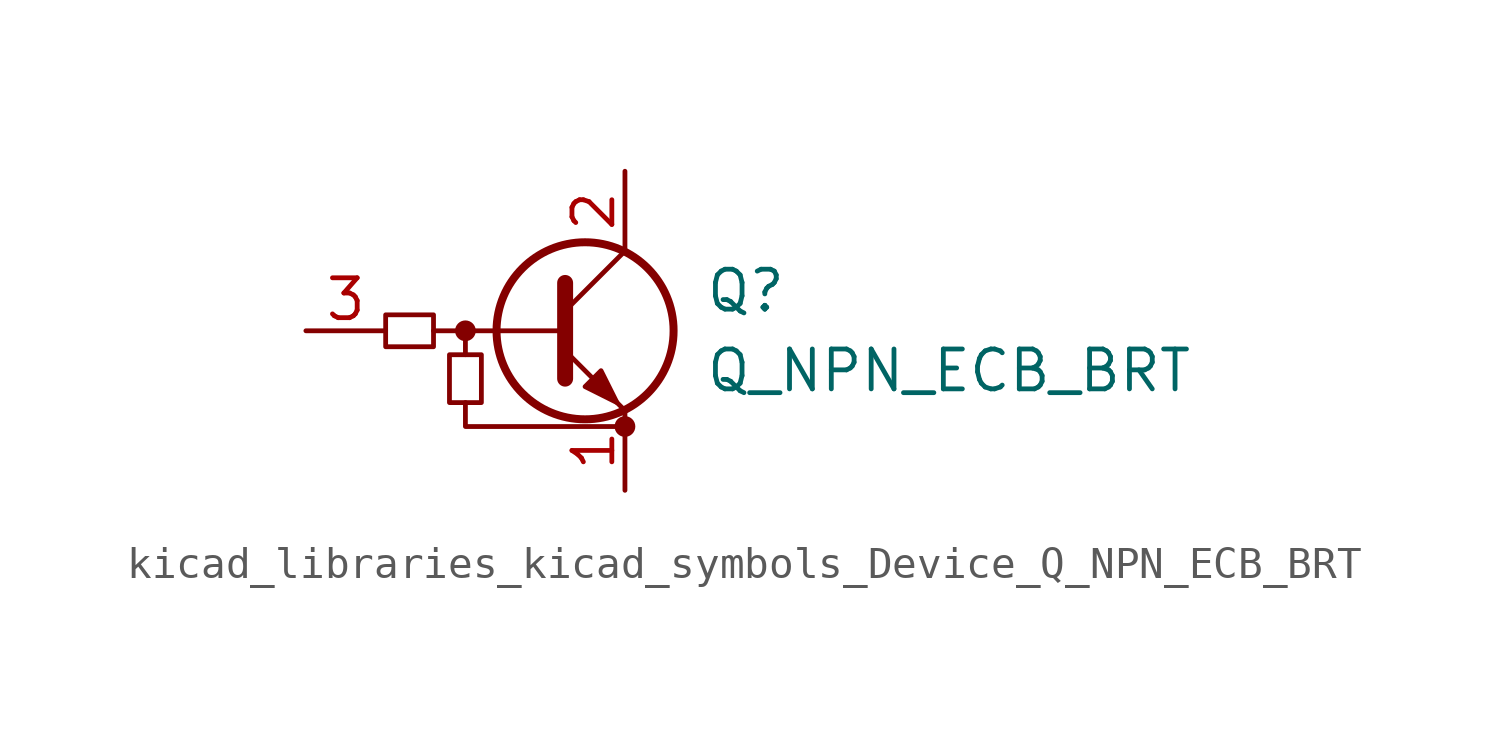
<source format=kicad_sym>
(kicad_symbol_lib
  (version 20220914)
  (generator kicad_symbol_editor)
  (symbol "kicad_libraries_kicad_symbols_Device_Q_NPN_ECB_BRT"
    (pin_names hide)
    (property "Reference" "Q"
      (at 3.81 1.27 0)
      (effects (font (size 1.27 1.27)) (justify left)))
    (property "Value" "Q_NPN_ECB_BRT"
      (at 3.81 -1.27 0)
      (effects (font (size 1.27 1.27)) (justify left)))
    (symbol "kicad_libraries_kicad_symbols_Device_Q_NPN_ECB_BRT_0_1"
      (rectangle (start -6.35 0.508) (end -4.826 -0.508) (stroke (width 0) (type default)) (fill (type none)))
      (rectangle (start -4.318 -2.286) (end -3.302 -0.762) (stroke (width 0) (type default)) (fill (type none)))
      (circle (center -3.81 0) (radius 0.254) (stroke (width 0) (type default)) (fill (type outline)))
      (polyline (pts (xy -3.81 -0.762) (xy -3.81 0)) (stroke (width 0) (type default)) (fill (type none)))
      (polyline (pts (xy -0.762 0) (xy -4.826 0)) (stroke (width 0) (type default)) (fill (type none)))
      (polyline (pts (xy -0.635 1.524) (xy -0.635 -1.524)) (stroke (width 0.508) (type default)) (fill (type none)))
      (polyline (pts (xy -3.81 -2.286) (xy -3.81 -3.048) (xy 1.27 -3.048)) (stroke (width 0) (type default)) (fill (type none)))
      (circle (center 1.27 -3.048) (radius 0.254) (stroke (width 0) (type default)) (fill (type outline))))
    (symbol "kicad_libraries_kicad_symbols_Device_Q_NPN_ECB_BRT_1_1"
      (polyline (pts (xy -0.635 0.635) (xy 1.27 2.54)) (stroke (width 0) (type default)) (fill (type none)))
      (polyline (pts (xy -0.635 -0.635) (xy 1.27 -2.54) (xy 1.27 -2.54)) (stroke (width 0) (type default)) (fill (type none)))
      (polyline (pts (xy 0 -1.778) (xy 0.508 -1.27) (xy 1.016 -2.286) (xy 0 -1.778) (xy 0 -1.778)) (stroke (width 0) (type default)) (fill (type outline)))
      (circle (center 0 0) (radius 2.819) (stroke (width 0.254) (type default)) (fill (type none)))
      (pin passive line (at 1.27 -5.08 90) (length 2.54) (name "E" (effects (font (size 1.27 1.27)))) (number "1" (effects (font (size 1.27 1.27)))))
      (pin passive line (at 1.27 5.08 270) (length 2.54) (name "C" (effects (font (size 1.27 1.27)))) (number "2" (effects (font (size 1.27 1.27)))))
      (pin input line (at -8.89 0 0) (length 2.54) (name "B" (effects (font (size 1.27 1.27)))) (number "3" (effects (font (size 1.27 1.27))))))))
</source>
